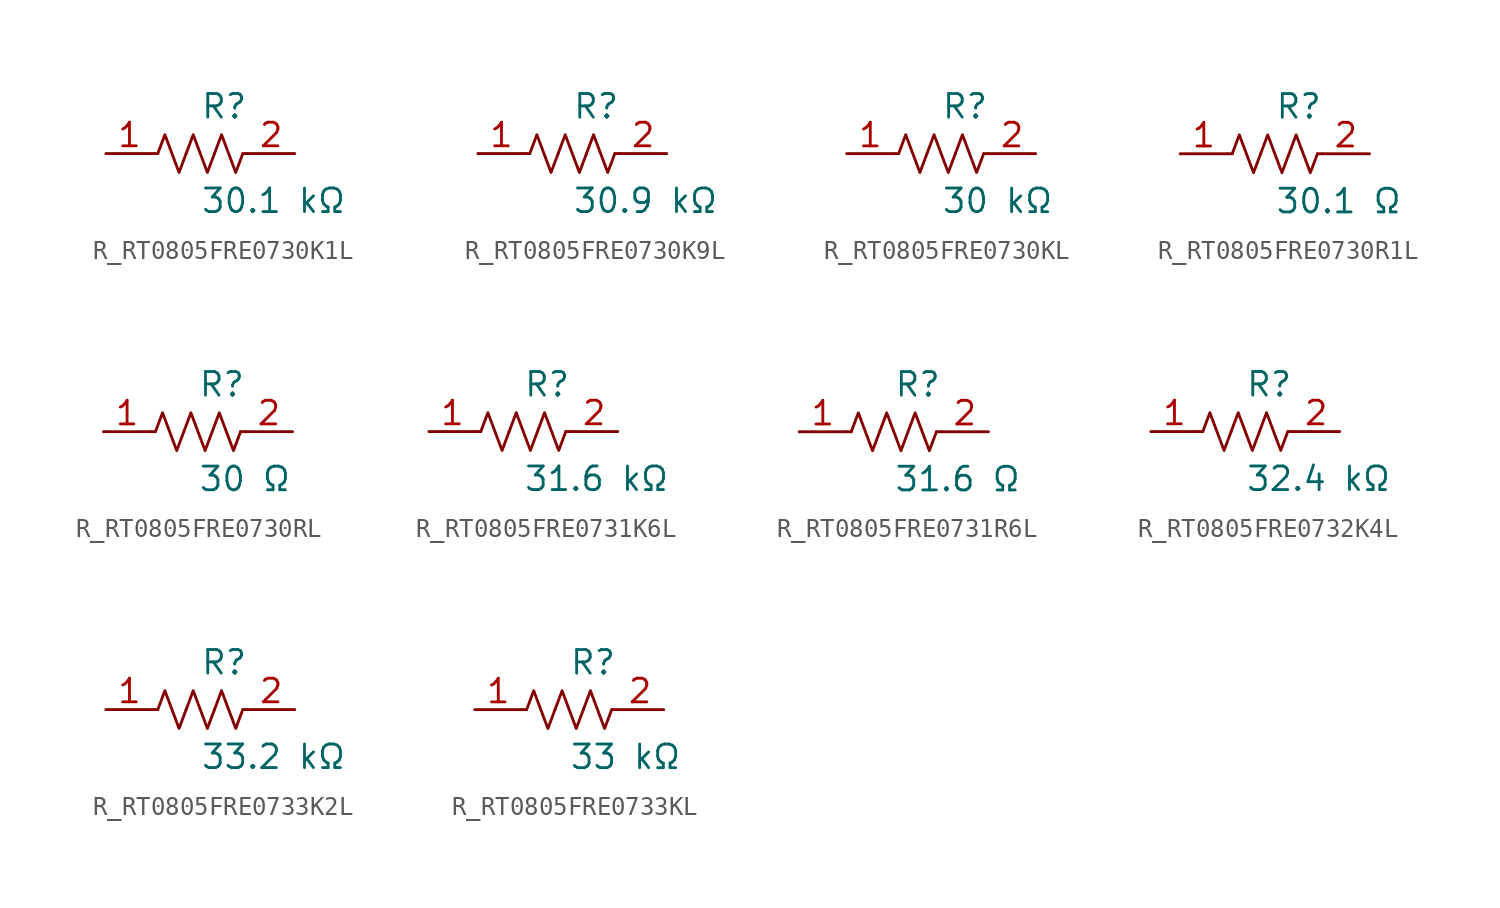
<source format=kicad_sym>
(kicad_symbol_lib
  (version 20231120)
  (generator kicad_symbol_editor)
  (generator_version 8.0)
  (symbol "R_RT0805FRE0730K1L"
    (pin_names
      (offset 0.254))
    (property "Reference" "R"
      (at 0 2.54 0)
      (effects (font (size 1.27 1.27)) (justify left)))
    (property "Value" "30.1 kΩ"
      (at 0 -2.54 0)
      (effects (font (size 1.27 1.27)) (justify left)))
    (symbol "R_RT0805FRE0730K1L_0_1"
      (polyline (pts (xy 2.286 0) (xy 2.54 0)) (stroke (width 0) (type default)) (fill (type none)))
      (polyline (pts (xy -2.286 0) (xy -2.54 0)) (stroke (width 0) (type default)) (fill (type none)))
      (polyline (pts (xy 0.762 0) (xy 1.143 1.016) (xy 1.524 0) (xy 1.905 -1.016) (xy 2.286 0)) (stroke (width 0) (type default)) (fill (type none)))
      (polyline (pts (xy -0.762 0) (xy -0.381 1.016) (xy 0 0) (xy 0.381 -1.016) (xy 0.762 0)) (stroke (width 0) (type default)) (fill (type none)))
      (polyline (pts (xy -2.286 0) (xy -1.905 1.016) (xy -1.524 0) (xy -1.143 -1.016) (xy -0.762 0)) (stroke (width 0) (type default)) (fill (type none))))
    (pin passive line
      (at -5.08 0 0)
      (length 2.54)
      (name "" (effects (font (size 1.27 1.27))))
      (number "1" (effects (font (size 1.27 1.27)))))
    (pin passive line
      (at 5.08 0 180)
      (length 2.54)
      (name "" (effects (font (size 1.27 1.27))))
      (number "2" (effects (font (size 1.27 1.27))))))
  (symbol "R_RT0805FRE0730K9L"
    (pin_names
      (offset 0.254))
    (property "Reference" "R"
      (at 0 2.54 0)
      (effects (font (size 1.27 1.27)) (justify left)))
    (property "Value" "30.9 kΩ"
      (at 0 -2.54 0)
      (effects (font (size 1.27 1.27)) (justify left)))
    (symbol "R_RT0805FRE0730K9L_0_1"
      (polyline (pts (xy 2.286 0) (xy 2.54 0)) (stroke (width 0) (type default)) (fill (type none)))
      (polyline (pts (xy -2.286 0) (xy -2.54 0)) (stroke (width 0) (type default)) (fill (type none)))
      (polyline (pts (xy 0.762 0) (xy 1.143 1.016) (xy 1.524 0) (xy 1.905 -1.016) (xy 2.286 0)) (stroke (width 0) (type default)) (fill (type none)))
      (polyline (pts (xy -0.762 0) (xy -0.381 1.016) (xy 0 0) (xy 0.381 -1.016) (xy 0.762 0)) (stroke (width 0) (type default)) (fill (type none)))
      (polyline (pts (xy -2.286 0) (xy -1.905 1.016) (xy -1.524 0) (xy -1.143 -1.016) (xy -0.762 0)) (stroke (width 0) (type default)) (fill (type none))))
    (pin passive line
      (at -5.08 0 0)
      (length 2.54)
      (name "" (effects (font (size 1.27 1.27))))
      (number "1" (effects (font (size 1.27 1.27)))))
    (pin passive line
      (at 5.08 0 180)
      (length 2.54)
      (name "" (effects (font (size 1.27 1.27))))
      (number "2" (effects (font (size 1.27 1.27))))))
  (symbol "R_RT0805FRE0730KL"
    (pin_names
      (offset 0.254))
    (property "Reference" "R"
      (at 0 2.54 0)
      (effects (font (size 1.27 1.27)) (justify left)))
    (property "Value" "30 kΩ"
      (at 0 -2.54 0)
      (effects (font (size 1.27 1.27)) (justify left)))
    (symbol "R_RT0805FRE0730KL_0_1"
      (polyline (pts (xy 2.286 0) (xy 2.54 0)) (stroke (width 0) (type default)) (fill (type none)))
      (polyline (pts (xy -2.286 0) (xy -2.54 0)) (stroke (width 0) (type default)) (fill (type none)))
      (polyline (pts (xy 0.762 0) (xy 1.143 1.016) (xy 1.524 0) (xy 1.905 -1.016) (xy 2.286 0)) (stroke (width 0) (type default)) (fill (type none)))
      (polyline (pts (xy -0.762 0) (xy -0.381 1.016) (xy 0 0) (xy 0.381 -1.016) (xy 0.762 0)) (stroke (width 0) (type default)) (fill (type none)))
      (polyline (pts (xy -2.286 0) (xy -1.905 1.016) (xy -1.524 0) (xy -1.143 -1.016) (xy -0.762 0)) (stroke (width 0) (type default)) (fill (type none))))
    (pin passive line
      (at -5.08 0 0)
      (length 2.54)
      (name "" (effects (font (size 1.27 1.27))))
      (number "1" (effects (font (size 1.27 1.27)))))
    (pin passive line
      (at 5.08 0 180)
      (length 2.54)
      (name "" (effects (font (size 1.27 1.27))))
      (number "2" (effects (font (size 1.27 1.27))))))
  (symbol "R_RT0805FRE0730R1L"
    (pin_names
      (offset 0.254))
    (property "Reference" "R"
      (at 0 2.54 0)
      (effects (font (size 1.27 1.27)) (justify left)))
    (property "Value" "30.1 Ω"
      (at 0 -2.54 0)
      (effects (font (size 1.27 1.27)) (justify left)))
    (symbol "R_RT0805FRE0730R1L_0_1"
      (polyline (pts (xy 2.286 0) (xy 2.54 0)) (stroke (width 0) (type default)) (fill (type none)))
      (polyline (pts (xy -2.286 0) (xy -2.54 0)) (stroke (width 0) (type default)) (fill (type none)))
      (polyline (pts (xy 0.762 0) (xy 1.143 1.016) (xy 1.524 0) (xy 1.905 -1.016) (xy 2.286 0)) (stroke (width 0) (type default)) (fill (type none)))
      (polyline (pts (xy -0.762 0) (xy -0.381 1.016) (xy 0 0) (xy 0.381 -1.016) (xy 0.762 0)) (stroke (width 0) (type default)) (fill (type none)))
      (polyline (pts (xy -2.286 0) (xy -1.905 1.016) (xy -1.524 0) (xy -1.143 -1.016) (xy -0.762 0)) (stroke (width 0) (type default)) (fill (type none))))
    (pin passive line
      (at -5.08 0 0)
      (length 2.54)
      (name "" (effects (font (size 1.27 1.27))))
      (number "1" (effects (font (size 1.27 1.27)))))
    (pin passive line
      (at 5.08 0 180)
      (length 2.54)
      (name "" (effects (font (size 1.27 1.27))))
      (number "2" (effects (font (size 1.27 1.27))))))
  (symbol "R_RT0805FRE0730RL"
    (pin_names
      (offset 0.254))
    (property "Reference" "R"
      (at 0 2.54 0)
      (effects (font (size 1.27 1.27)) (justify left)))
    (property "Value" "30 Ω"
      (at 0 -2.54 0)
      (effects (font (size 1.27 1.27)) (justify left)))
    (symbol "R_RT0805FRE0730RL_0_1"
      (polyline (pts (xy 2.286 0) (xy 2.54 0)) (stroke (width 0) (type default)) (fill (type none)))
      (polyline (pts (xy -2.286 0) (xy -2.54 0)) (stroke (width 0) (type default)) (fill (type none)))
      (polyline (pts (xy 0.762 0) (xy 1.143 1.016) (xy 1.524 0) (xy 1.905 -1.016) (xy 2.286 0)) (stroke (width 0) (type default)) (fill (type none)))
      (polyline (pts (xy -0.762 0) (xy -0.381 1.016) (xy 0 0) (xy 0.381 -1.016) (xy 0.762 0)) (stroke (width 0) (type default)) (fill (type none)))
      (polyline (pts (xy -2.286 0) (xy -1.905 1.016) (xy -1.524 0) (xy -1.143 -1.016) (xy -0.762 0)) (stroke (width 0) (type default)) (fill (type none))))
    (pin passive line
      (at -5.08 0 0)
      (length 2.54)
      (name "" (effects (font (size 1.27 1.27))))
      (number "1" (effects (font (size 1.27 1.27)))))
    (pin passive line
      (at 5.08 0 180)
      (length 2.54)
      (name "" (effects (font (size 1.27 1.27))))
      (number "2" (effects (font (size 1.27 1.27))))))
  (symbol "R_RT0805FRE0731K6L"
    (pin_names
      (offset 0.254))
    (property "Reference" "R"
      (at 0 2.54 0)
      (effects (font (size 1.27 1.27)) (justify left)))
    (property "Value" "31.6 kΩ"
      (at 0 -2.54 0)
      (effects (font (size 1.27 1.27)) (justify left)))
    (symbol "R_RT0805FRE0731K6L_0_1"
      (polyline (pts (xy 2.286 0) (xy 2.54 0)) (stroke (width 0) (type default)) (fill (type none)))
      (polyline (pts (xy -2.286 0) (xy -2.54 0)) (stroke (width 0) (type default)) (fill (type none)))
      (polyline (pts (xy 0.762 0) (xy 1.143 1.016) (xy 1.524 0) (xy 1.905 -1.016) (xy 2.286 0)) (stroke (width 0) (type default)) (fill (type none)))
      (polyline (pts (xy -0.762 0) (xy -0.381 1.016) (xy 0 0) (xy 0.381 -1.016) (xy 0.762 0)) (stroke (width 0) (type default)) (fill (type none)))
      (polyline (pts (xy -2.286 0) (xy -1.905 1.016) (xy -1.524 0) (xy -1.143 -1.016) (xy -0.762 0)) (stroke (width 0) (type default)) (fill (type none))))
    (pin passive line
      (at -5.08 0 0)
      (length 2.54)
      (name "" (effects (font (size 1.27 1.27))))
      (number "1" (effects (font (size 1.27 1.27)))))
    (pin passive line
      (at 5.08 0 180)
      (length 2.54)
      (name "" (effects (font (size 1.27 1.27))))
      (number "2" (effects (font (size 1.27 1.27))))))
  (symbol "R_RT0805FRE0731R6L"
    (pin_names
      (offset 0.254))
    (property "Reference" "R"
      (at 0 2.54 0)
      (effects (font (size 1.27 1.27)) (justify left)))
    (property "Value" "31.6 Ω"
      (at 0 -2.54 0)
      (effects (font (size 1.27 1.27)) (justify left)))
    (symbol "R_RT0805FRE0731R6L_0_1"
      (polyline (pts (xy 2.286 0) (xy 2.54 0)) (stroke (width 0) (type default)) (fill (type none)))
      (polyline (pts (xy -2.286 0) (xy -2.54 0)) (stroke (width 0) (type default)) (fill (type none)))
      (polyline (pts (xy 0.762 0) (xy 1.143 1.016) (xy 1.524 0) (xy 1.905 -1.016) (xy 2.286 0)) (stroke (width 0) (type default)) (fill (type none)))
      (polyline (pts (xy -0.762 0) (xy -0.381 1.016) (xy 0 0) (xy 0.381 -1.016) (xy 0.762 0)) (stroke (width 0) (type default)) (fill (type none)))
      (polyline (pts (xy -2.286 0) (xy -1.905 1.016) (xy -1.524 0) (xy -1.143 -1.016) (xy -0.762 0)) (stroke (width 0) (type default)) (fill (type none))))
    (pin passive line
      (at -5.08 0 0)
      (length 2.54)
      (name "" (effects (font (size 1.27 1.27))))
      (number "1" (effects (font (size 1.27 1.27)))))
    (pin passive line
      (at 5.08 0 180)
      (length 2.54)
      (name "" (effects (font (size 1.27 1.27))))
      (number "2" (effects (font (size 1.27 1.27))))))
  (symbol "R_RT0805FRE0732K4L"
    (pin_names
      (offset 0.254))
    (property "Reference" "R"
      (at 0 2.54 0)
      (effects (font (size 1.27 1.27)) (justify left)))
    (property "Value" "32.4 kΩ"
      (at 0 -2.54 0)
      (effects (font (size 1.27 1.27)) (justify left)))
    (symbol "R_RT0805FRE0732K4L_0_1"
      (polyline (pts (xy 2.286 0) (xy 2.54 0)) (stroke (width 0) (type default)) (fill (type none)))
      (polyline (pts (xy -2.286 0) (xy -2.54 0)) (stroke (width 0) (type default)) (fill (type none)))
      (polyline (pts (xy 0.762 0) (xy 1.143 1.016) (xy 1.524 0) (xy 1.905 -1.016) (xy 2.286 0)) (stroke (width 0) (type default)) (fill (type none)))
      (polyline (pts (xy -0.762 0) (xy -0.381 1.016) (xy 0 0) (xy 0.381 -1.016) (xy 0.762 0)) (stroke (width 0) (type default)) (fill (type none)))
      (polyline (pts (xy -2.286 0) (xy -1.905 1.016) (xy -1.524 0) (xy -1.143 -1.016) (xy -0.762 0)) (stroke (width 0) (type default)) (fill (type none))))
    (pin passive line
      (at -5.08 0 0)
      (length 2.54)
      (name "" (effects (font (size 1.27 1.27))))
      (number "1" (effects (font (size 1.27 1.27)))))
    (pin passive line
      (at 5.08 0 180)
      (length 2.54)
      (name "" (effects (font (size 1.27 1.27))))
      (number "2" (effects (font (size 1.27 1.27))))))
  (symbol "R_RT0805FRE0733K2L"
    (pin_names
      (offset 0.254))
    (property "Reference" "R"
      (at 0 2.54 0)
      (effects (font (size 1.27 1.27)) (justify left)))
    (property "Value" "33.2 kΩ"
      (at 0 -2.54 0)
      (effects (font (size 1.27 1.27)) (justify left)))
    (symbol "R_RT0805FRE0733K2L_0_1"
      (polyline (pts (xy 2.286 0) (xy 2.54 0)) (stroke (width 0) (type default)) (fill (type none)))
      (polyline (pts (xy -2.286 0) (xy -2.54 0)) (stroke (width 0) (type default)) (fill (type none)))
      (polyline (pts (xy 0.762 0) (xy 1.143 1.016) (xy 1.524 0) (xy 1.905 -1.016) (xy 2.286 0)) (stroke (width 0) (type default)) (fill (type none)))
      (polyline (pts (xy -0.762 0) (xy -0.381 1.016) (xy 0 0) (xy 0.381 -1.016) (xy 0.762 0)) (stroke (width 0) (type default)) (fill (type none)))
      (polyline (pts (xy -2.286 0) (xy -1.905 1.016) (xy -1.524 0) (xy -1.143 -1.016) (xy -0.762 0)) (stroke (width 0) (type default)) (fill (type none))))
    (pin passive line
      (at -5.08 0 0)
      (length 2.54)
      (name "" (effects (font (size 1.27 1.27))))
      (number "1" (effects (font (size 1.27 1.27)))))
    (pin passive line
      (at 5.08 0 180)
      (length 2.54)
      (name "" (effects (font (size 1.27 1.27))))
      (number "2" (effects (font (size 1.27 1.27))))))
  (symbol "R_RT0805FRE0733KL"
    (pin_names
      (offset 0.254))
    (property "Reference" "R"
      (at 0 2.54 0)
      (effects (font (size 1.27 1.27)) (justify left)))
    (property "Value" "33 kΩ"
      (at 0 -2.54 0)
      (effects (font (size 1.27 1.27)) (justify left)))
    (symbol "R_RT0805FRE0733KL_0_1"
      (polyline (pts (xy 2.286 0) (xy 2.54 0)) (stroke (width 0) (type default)) (fill (type none)))
      (polyline (pts (xy -2.286 0) (xy -2.54 0)) (stroke (width 0) (type default)) (fill (type none)))
      (polyline (pts (xy 0.762 0) (xy 1.143 1.016) (xy 1.524 0) (xy 1.905 -1.016) (xy 2.286 0)) (stroke (width 0) (type default)) (fill (type none)))
      (polyline (pts (xy -0.762 0) (xy -0.381 1.016) (xy 0 0) (xy 0.381 -1.016) (xy 0.762 0)) (stroke (width 0) (type default)) (fill (type none)))
      (polyline (pts (xy -2.286 0) (xy -1.905 1.016) (xy -1.524 0) (xy -1.143 -1.016) (xy -0.762 0)) (stroke (width 0) (type default)) (fill (type none))))
    (pin passive line
      (at -5.08 0 0)
      (length 2.54)
      (name "" (effects (font (size 1.27 1.27))))
      (number "1" (effects (font (size 1.27 1.27)))))
    (pin passive line
      (at 5.08 0 180)
      (length 2.54)
      (name "" (effects (font (size 1.27 1.27))))
      (number "2" (effects (font (size 1.27 1.27)))))))
</source>
